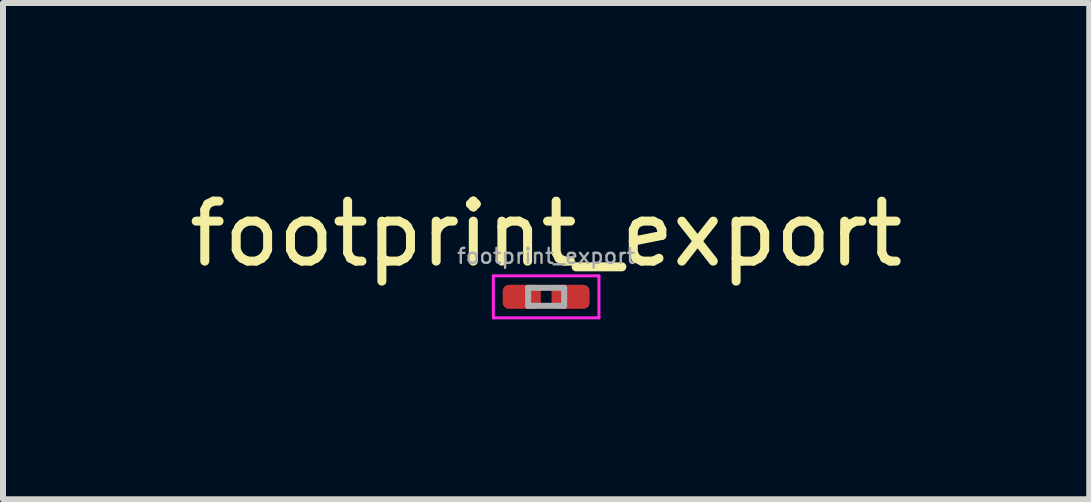
<source format=kicad_pcb>
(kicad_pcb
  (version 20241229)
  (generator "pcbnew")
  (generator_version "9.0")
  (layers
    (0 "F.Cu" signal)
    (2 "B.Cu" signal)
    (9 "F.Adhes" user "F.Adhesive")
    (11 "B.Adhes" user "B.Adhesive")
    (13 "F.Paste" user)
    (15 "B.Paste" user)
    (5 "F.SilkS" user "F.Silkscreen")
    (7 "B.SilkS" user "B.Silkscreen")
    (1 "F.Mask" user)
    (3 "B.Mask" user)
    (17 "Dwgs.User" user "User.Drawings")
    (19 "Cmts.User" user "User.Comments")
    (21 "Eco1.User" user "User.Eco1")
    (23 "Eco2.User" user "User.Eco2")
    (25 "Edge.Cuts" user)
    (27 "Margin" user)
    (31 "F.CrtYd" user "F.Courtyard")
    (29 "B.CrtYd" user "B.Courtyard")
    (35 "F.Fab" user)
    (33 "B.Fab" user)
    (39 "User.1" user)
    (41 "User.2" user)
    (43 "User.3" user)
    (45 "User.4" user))
  (footprint "footprint_export"
    (layer "F.Cu")
    (at 6.054 1.898)
    (property "Reference" "footprint_export" (at 0 -1.05 0) (layer "F.SilkS") (effects (font (size 1 1) (thickness 0.15))))
    (attr smd)
    (fp_line (start -0.88 -0.35) (end 0.88 -0.35) (stroke (width 0.05) (type solid)) (layer "F.CrtYd"))
    (fp_line (start -0.88 0.35) (end -0.88 -0.35) (stroke (width 0.05) (type solid)) (layer "F.CrtYd"))
    (fp_line (start 0.88 -0.35) (end 0.88 0.35) (stroke (width 0.05) (type solid)) (layer "F.CrtYd"))
    (fp_line (start 0.88 0.35) (end -0.88 0.35) (stroke (width 0.05) (type solid)) (layer "F.CrtYd"))
    (fp_line (start -0.3 -0.15) (end 0.3 -0.15) (stroke (width 0.1) (type solid)) (layer "F.Fab"))
    (fp_line (start -0.3 0.15) (end -0.3 -0.15) (stroke (width 0.1) (type solid)) (layer "F.Fab"))
    (fp_line (start 0.3 -0.15) (end 0.3 0.15) (stroke (width 0.1) (type solid)) (layer "F.Fab"))
    (fp_line (start 0.3 0.15) (end -0.3 0.15) (stroke (width 0.1) (type solid)) (layer "F.Fab"))
    (fp_text user "${REFERENCE}" (at 0 -0.68 0) (layer "F.Fab") (effects (font (size 0.25 0.25) (thickness 0.04))))
    (pad "" smd roundrect (at -0.432 0) (size 0.458 0.36) (layers "F.Paste") (roundrect_rratio 0.25))
    (pad "" smd roundrect (at 0.432 0) (size 0.458 0.36) (layers "F.Paste") (roundrect_rratio 0.25))
    (pad "1" smd roundrect (at -0.407 0) (size 0.635 0.4) (layers "F.Cu" "F.Mask") (roundrect_rratio 0.25))
    (pad "2" smd roundrect (at 0.407 0) (size 0.635 0.4) (layers "F.Cu" "F.Mask") (roundrect_rratio 0.25)))
  (gr_rect
    (start -3 -3)
    (end 15.107 5.273)
    (stroke (width 0.1) (type default))
    (fill no)
    (layer "Edge.Cuts")))
</source>
